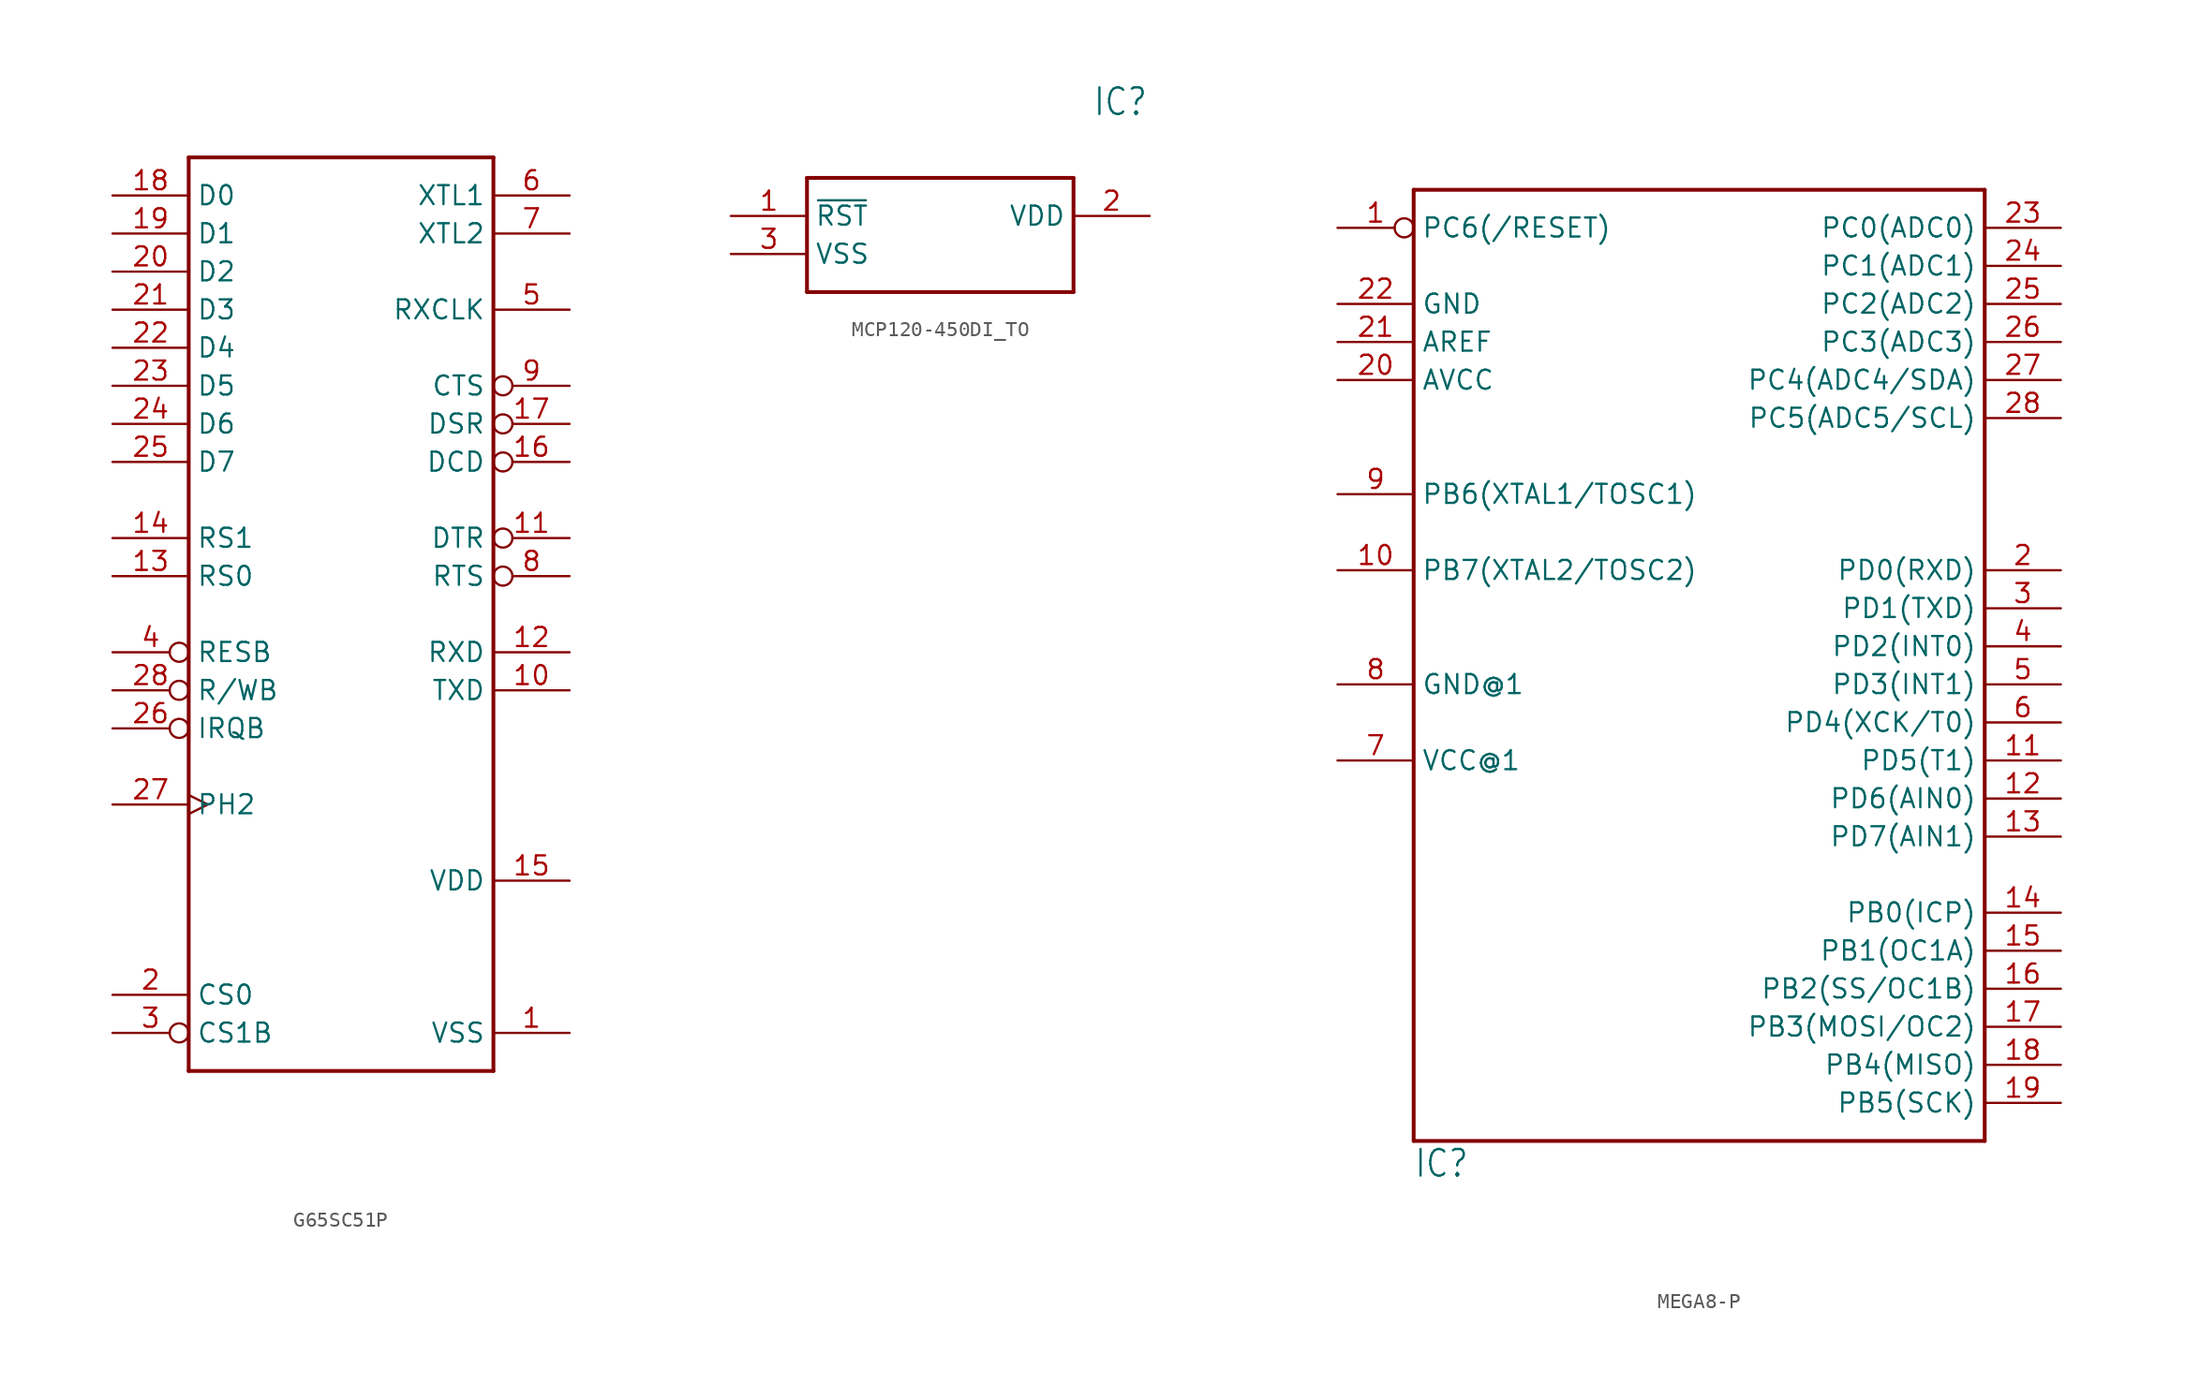
<source format=kicad_sym>
(kicad_symbol_lib
  (version 20231120)
  (generator "kicad_symbol_editor")
  (generator_version "8.0")
  (symbol "G65SC51P"
    (property "Reference" "U"
      (at -10.16 27.94 0)
      (effects (font (size 1.778 1.511)) (justify left top) (hide yes)))
    (property "Value" ""
      (at -10.16 -38.1 0)
      (effects (font (size 1.778 1.511)) (justify left bottom)))
    (property "ki_locked" ""
      (at 0 0 0)
      (effects (font (size 1.27 1.27))))
    (symbol "G65SC51P_1_0"
      (polyline (pts (xy -10.16 -35.56) (xy 10.16 -35.56)) (stroke (width 0.254) (type solid)) (fill (type none)))
      (polyline (pts (xy -10.16 25.4) (xy -10.16 -35.56)) (stroke (width 0.254) (type solid)) (fill (type none)))
      (polyline (pts (xy -10.16 25.4) (xy 10.16 25.4)) (stroke (width 0.254) (type solid)) (fill (type none)))
      (polyline (pts (xy 10.16 -35.56) (xy 10.16 25.4)) (stroke (width 0.254) (type solid)) (fill (type none)))
      (pin power_in line (at 15.24 -33.02 180) (length 5.08) (name "VSS" (effects (font (size 1.27 1.27)))) (number "1" (effects (font (size 1.27 1.27)))))
      (pin output line (at 15.24 -10.16 180) (length 5.08) (name "TXD" (effects (font (size 1.27 1.27)))) (number "10" (effects (font (size 1.27 1.27)))))
      (pin output inverted (at 15.24 0 180) (length 5.08) (name "DTR" (effects (font (size 1.27 1.27)))) (number "11" (effects (font (size 1.27 1.27)))))
      (pin input line (at 15.24 -7.62 180) (length 5.08) (name "RXD" (effects (font (size 1.27 1.27)))) (number "12" (effects (font (size 1.27 1.27)))))
      (pin input line (at -15.24 -2.54 0) (length 5.08) (name "RS0" (effects (font (size 1.27 1.27)))) (number "13" (effects (font (size 1.27 1.27)))))
      (pin input line (at -15.24 0 0) (length 5.08) (name "RS1" (effects (font (size 1.27 1.27)))) (number "14" (effects (font (size 1.27 1.27)))))
      (pin power_in line (at 15.24 -22.86 180) (length 5.08) (name "VDD" (effects (font (size 1.27 1.27)))) (number "15" (effects (font (size 1.27 1.27)))))
      (pin input inverted (at 15.24 5.08 180) (length 5.08) (name "DCD" (effects (font (size 1.27 1.27)))) (number "16" (effects (font (size 1.27 1.27)))))
      (pin input inverted (at 15.24 7.62 180) (length 5.08) (name "DSR" (effects (font (size 1.27 1.27)))) (number "17" (effects (font (size 1.27 1.27)))))
      (pin bidirectional line (at -15.24 22.86 0) (length 5.08) (name "D0" (effects (font (size 1.27 1.27)))) (number "18" (effects (font (size 1.27 1.27)))))
      (pin bidirectional line (at -15.24 20.32 0) (length 5.08) (name "D1" (effects (font (size 1.27 1.27)))) (number "19" (effects (font (size 1.27 1.27)))))
      (pin input line (at -15.24 -30.48 0) (length 5.08) (name "CS0" (effects (font (size 1.27 1.27)))) (number "2" (effects (font (size 1.27 1.27)))))
      (pin bidirectional line (at -15.24 17.78 0) (length 5.08) (name "D2" (effects (font (size 1.27 1.27)))) (number "20" (effects (font (size 1.27 1.27)))))
      (pin bidirectional line (at -15.24 15.24 0) (length 5.08) (name "D3" (effects (font (size 1.27 1.27)))) (number "21" (effects (font (size 1.27 1.27)))))
      (pin bidirectional line (at -15.24 12.7 0) (length 5.08) (name "D4" (effects (font (size 1.27 1.27)))) (number "22" (effects (font (size 1.27 1.27)))))
      (pin bidirectional line (at -15.24 10.16 0) (length 5.08) (name "D5" (effects (font (size 1.27 1.27)))) (number "23" (effects (font (size 1.27 1.27)))))
      (pin bidirectional line (at -15.24 7.62 0) (length 5.08) (name "D6" (effects (font (size 1.27 1.27)))) (number "24" (effects (font (size 1.27 1.27)))))
      (pin bidirectional line (at -15.24 5.08 0) (length 5.08) (name "D7" (effects (font (size 1.27 1.27)))) (number "25" (effects (font (size 1.27 1.27)))))
      (pin output inverted (at -15.24 -12.7 0) (length 5.08) (name "IRQB" (effects (font (size 1.27 1.27)))) (number "26" (effects (font (size 1.27 1.27)))))
      (pin power_in clock (at -15.24 -17.78 0) (length 5.08) (name "PH2" (effects (font (size 1.27 1.27)))) (number "27" (effects (font (size 1.27 1.27)))))
      (pin input inverted (at -15.24 -10.16 0) (length 5.08) (name "R/WB" (effects (font (size 1.27 1.27)))) (number "28" (effects (font (size 1.27 1.27)))))
      (pin input inverted (at -15.24 -33.02 0) (length 5.08) (name "CS1B" (effects (font (size 1.27 1.27)))) (number "3" (effects (font (size 1.27 1.27)))))
      (pin input inverted (at -15.24 -7.62 0) (length 5.08) (name "RESB" (effects (font (size 1.27 1.27)))) (number "4" (effects (font (size 1.27 1.27)))))
      (pin bidirectional line (at 15.24 15.24 180) (length 5.08) (name "RXCLK" (effects (font (size 1.27 1.27)))) (number "5" (effects (font (size 1.27 1.27)))))
      (pin input line (at 15.24 22.86 180) (length 5.08) (name "XTL1" (effects (font (size 1.27 1.27)))) (number "6" (effects (font (size 1.27 1.27)))))
      (pin output line (at 15.24 20.32 180) (length 5.08) (name "XTL2" (effects (font (size 1.27 1.27)))) (number "7" (effects (font (size 1.27 1.27)))))
      (pin output inverted (at 15.24 -2.54 180) (length 5.08) (name "RTS" (effects (font (size 1.27 1.27)))) (number "8" (effects (font (size 1.27 1.27)))))
      (pin input inverted (at 15.24 10.16 180) (length 5.08) (name "CTS" (effects (font (size 1.27 1.27)))) (number "9" (effects (font (size 1.27 1.27)))))))
  (symbol "MCP120-450DI_TO"
    (property "Reference" "IC"
      (at 24.13 7.62 0)
      (effects (font (size 1.778 1.511)) (justify left)))
    (property "Value" ""
      (at 24.13 5.08 0)
      (effects (font (size 1.778 1.511)) (justify left)))
    (property "ki_locked" ""
      (at 0 0 0)
      (effects (font (size 1.27 1.27))))
    (symbol "MCP120-450DI_TO_1_0"
      (polyline (pts (xy 5.08 2.54) (xy 5.08 -5.08)) (stroke (width 0.254) (type solid)) (fill (type none)))
      (polyline (pts (xy 5.08 2.54) (xy 22.86 2.54)) (stroke (width 0.254) (type solid)) (fill (type none)))
      (polyline (pts (xy 22.86 -5.08) (xy 5.08 -5.08)) (stroke (width 0.254) (type solid)) (fill (type none)))
      (polyline (pts (xy 22.86 -5.08) (xy 22.86 2.54)) (stroke (width 0.254) (type solid)) (fill (type none)))
      (pin bidirectional line (at 0 0 0) (length 5.08) (name "~{RST}" (effects (font (size 1.27 1.27)))) (number "1" (effects (font (size 1.27 1.27)))))
      (pin bidirectional line (at 27.94 0 180) (length 5.08) (name "VDD" (effects (font (size 1.27 1.27)))) (number "2" (effects (font (size 1.27 1.27)))))
      (pin bidirectional line (at 0 -2.54 0) (length 5.08) (name "VSS" (effects (font (size 1.27 1.27)))) (number "3" (effects (font (size 1.27 1.27)))))))
  (symbol "MEGA8-P"
    (property "Reference" "IC"
      (at -17.78 -35.56 0)
      (effects (font (size 1.778 1.511)) (justify left bottom)))
    (property "Value" ""
      (at -17.78 31.75 0)
      (effects (font (size 1.778 1.511)) (justify left bottom)))
    (property "ki_locked" ""
      (at 0 0 0)
      (effects (font (size 1.27 1.27))))
    (symbol "MEGA8-P_1_0"
      (polyline (pts (xy -17.78 -33.02) (xy -17.78 30.48)) (stroke (width 0.254) (type solid)) (fill (type none)))
      (polyline (pts (xy -17.78 30.48) (xy 20.32 30.48)) (stroke (width 0.254) (type solid)) (fill (type none)))
      (polyline (pts (xy 20.32 -33.02) (xy -17.78 -33.02)) (stroke (width 0.254) (type solid)) (fill (type none)))
      (polyline (pts (xy 20.32 30.48) (xy 20.32 -33.02)) (stroke (width 0.254) (type solid)) (fill (type none)))
      (pin bidirectional inverted (at -22.86 27.94 0) (length 5.08) (name "PC6(/RESET)" (effects (font (size 1.27 1.27)))) (number "1" (effects (font (size 1.27 1.27)))))
      (pin bidirectional line (at -22.86 5.08 0) (length 5.08) (name "PB7(XTAL2/TOSC2)" (effects (font (size 1.27 1.27)))) (number "10" (effects (font (size 1.27 1.27)))))
      (pin bidirectional line (at 25.4 -7.62 180) (length 5.08) (name "PD5(T1)" (effects (font (size 1.27 1.27)))) (number "11" (effects (font (size 1.27 1.27)))))
      (pin bidirectional line (at 25.4 -10.16 180) (length 5.08) (name "PD6(AIN0)" (effects (font (size 1.27 1.27)))) (number "12" (effects (font (size 1.27 1.27)))))
      (pin bidirectional line (at 25.4 -12.7 180) (length 5.08) (name "PD7(AIN1)" (effects (font (size 1.27 1.27)))) (number "13" (effects (font (size 1.27 1.27)))))
      (pin bidirectional line (at 25.4 -17.78 180) (length 5.08) (name "PB0(ICP)" (effects (font (size 1.27 1.27)))) (number "14" (effects (font (size 1.27 1.27)))))
      (pin bidirectional line (at 25.4 -20.32 180) (length 5.08) (name "PB1(OC1A)" (effects (font (size 1.27 1.27)))) (number "15" (effects (font (size 1.27 1.27)))))
      (pin bidirectional line (at 25.4 -22.86 180) (length 5.08) (name "PB2(SS/OC1B)" (effects (font (size 1.27 1.27)))) (number "16" (effects (font (size 1.27 1.27)))))
      (pin bidirectional line (at 25.4 -25.4 180) (length 5.08) (name "PB3(MOSI/OC2)" (effects (font (size 1.27 1.27)))) (number "17" (effects (font (size 1.27 1.27)))))
      (pin bidirectional line (at 25.4 -27.94 180) (length 5.08) (name "PB4(MISO)" (effects (font (size 1.27 1.27)))) (number "18" (effects (font (size 1.27 1.27)))))
      (pin bidirectional line (at 25.4 -30.48 180) (length 5.08) (name "PB5(SCK)" (effects (font (size 1.27 1.27)))) (number "19" (effects (font (size 1.27 1.27)))))
      (pin bidirectional line (at 25.4 5.08 180) (length 5.08) (name "PD0(RXD)" (effects (font (size 1.27 1.27)))) (number "2" (effects (font (size 1.27 1.27)))))
      (pin power_in line (at -22.86 17.78 0) (length 5.08) (name "AVCC" (effects (font (size 1.27 1.27)))) (number "20" (effects (font (size 1.27 1.27)))))
      (pin passive line (at -22.86 20.32 0) (length 5.08) (name "AREF" (effects (font (size 1.27 1.27)))) (number "21" (effects (font (size 1.27 1.27)))))
      (pin power_in line (at -22.86 22.86 0) (length 5.08) (name "GND" (effects (font (size 1.27 1.27)))) (number "22" (effects (font (size 1.27 1.27)))))
      (pin bidirectional line (at 25.4 27.94 180) (length 5.08) (name "PC0(ADC0)" (effects (font (size 1.27 1.27)))) (number "23" (effects (font (size 1.27 1.27)))))
      (pin bidirectional line (at 25.4 25.4 180) (length 5.08) (name "PC1(ADC1)" (effects (font (size 1.27 1.27)))) (number "24" (effects (font (size 1.27 1.27)))))
      (pin bidirectional line (at 25.4 22.86 180) (length 5.08) (name "PC2(ADC2)" (effects (font (size 1.27 1.27)))) (number "25" (effects (font (size 1.27 1.27)))))
      (pin bidirectional line (at 25.4 20.32 180) (length 5.08) (name "PC3(ADC3)" (effects (font (size 1.27 1.27)))) (number "26" (effects (font (size 1.27 1.27)))))
      (pin bidirectional line (at 25.4 17.78 180) (length 5.08) (name "PC4(ADC4/SDA)" (effects (font (size 1.27 1.27)))) (number "27" (effects (font (size 1.27 1.27)))))
      (pin bidirectional line (at 25.4 15.24 180) (length 5.08) (name "PC5(ADC5/SCL)" (effects (font (size 1.27 1.27)))) (number "28" (effects (font (size 1.27 1.27)))))
      (pin bidirectional line (at 25.4 2.54 180) (length 5.08) (name "PD1(TXD)" (effects (font (size 1.27 1.27)))) (number "3" (effects (font (size 1.27 1.27)))))
      (pin bidirectional line (at 25.4 0 180) (length 5.08) (name "PD2(INT0)" (effects (font (size 1.27 1.27)))) (number "4" (effects (font (size 1.27 1.27)))))
      (pin bidirectional line (at 25.4 -2.54 180) (length 5.08) (name "PD3(INT1)" (effects (font (size 1.27 1.27)))) (number "5" (effects (font (size 1.27 1.27)))))
      (pin bidirectional line (at 25.4 -5.08 180) (length 5.08) (name "PD4(XCK/T0)" (effects (font (size 1.27 1.27)))) (number "6" (effects (font (size 1.27 1.27)))))
      (pin power_in line (at -22.86 -7.62 0) (length 5.08) (name "VCC@1" (effects (font (size 1.27 1.27)))) (number "7" (effects (font (size 1.27 1.27)))))
      (pin power_in line (at -22.86 -2.54 0) (length 5.08) (name "GND@1" (effects (font (size 1.27 1.27)))) (number "8" (effects (font (size 1.27 1.27)))))
      (pin bidirectional line (at -22.86 10.16 0) (length 5.08) (name "PB6(XTAL1/TOSC1)" (effects (font (size 1.27 1.27)))) (number "9" (effects (font (size 1.27 1.27))))))))
</source>
